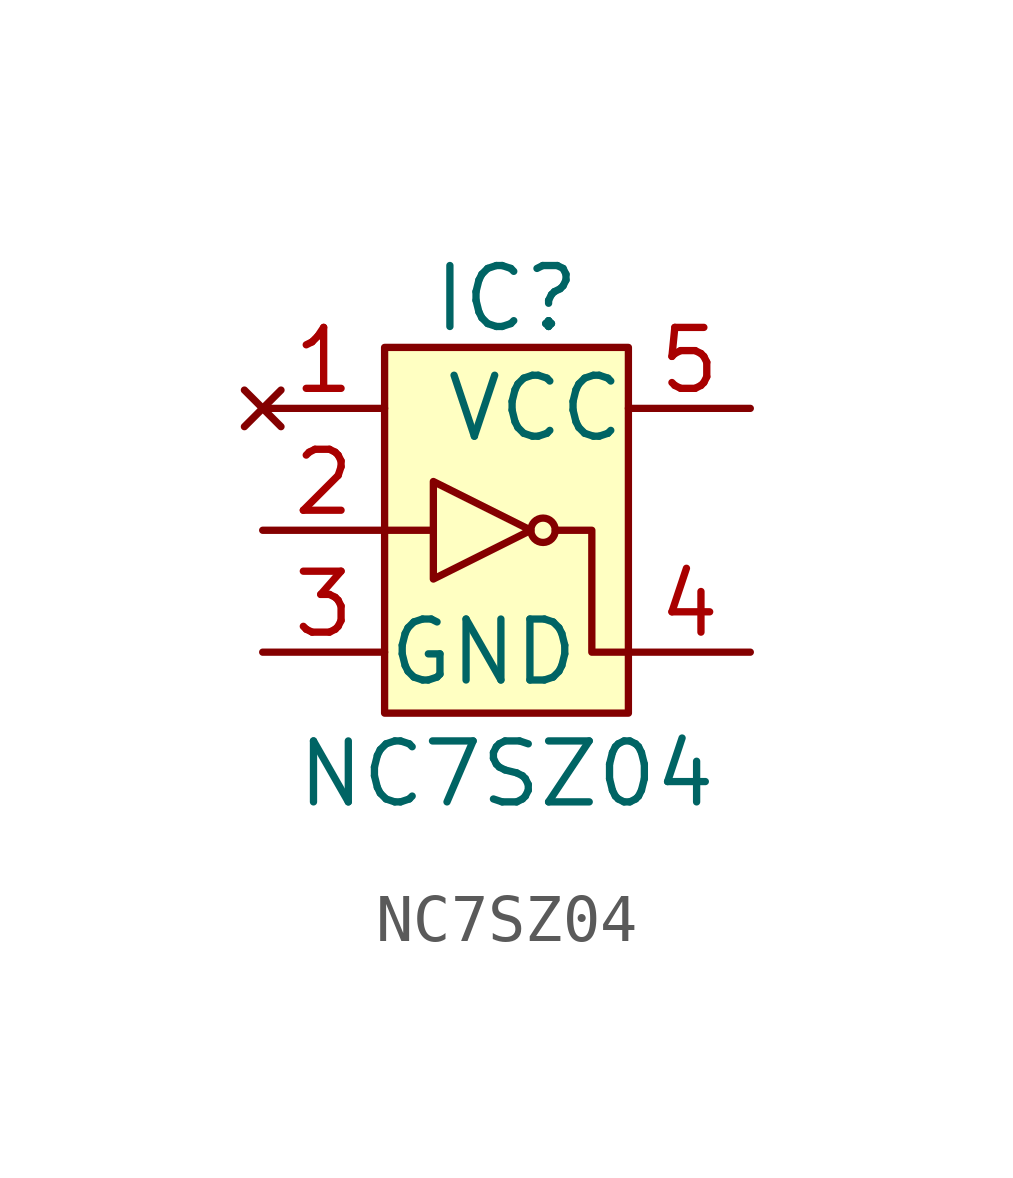
<source format=kicad_sym>
(kicad_symbol_lib
  (version 20211014)
  (generator kicad_symbol_editor)
  (symbol "NC7SZ04"
    (pin_names
      (offset 0.025))
    (property "Reference" "IC"
      (at 0 4.826 0)
      (effects (font (size 1.27 1.27))))
    (property "Value" "NC7SZ04"
      (at 0 -5.08 0)
      (effects (font (size 1.27 1.27))))
    (symbol "NC7SZ04_0_1"
      (rectangle (start -2.54 3.81) (end 2.54 -3.81) (stroke (width 0) (type default) (color 0 0 0 0)) (fill (type background)))
      (polyline (pts (xy -1.524 0) (xy -2.54 0)) (stroke (width 0) (type default) (color 0 0 0 0)) (fill (type none)))
      (polyline (pts (xy -1.524 1.016) (xy -1.524 -1.016) (xy 0.508 0) (xy -1.524 1.016)) (stroke (width 0) (type default) (color 0 0 0 0)) (fill (type none)))
      (polyline (pts (xy 1.016 0) (xy 1.778 0) (xy 1.778 -2.54) (xy 2.54 -2.54)) (stroke (width 0) (type default) (color 0 0 0 0)) (fill (type none)))
      (circle (center 0.762 0) (radius 0.254) (stroke (width 0) (type default) (color 0 0 0 0)) (fill (type none))))
    (symbol "NC7SZ04_1_1"
      (pin no_connect line (at -5.08 2.54 0) (length 2.54) (name "~" (effects (font (size 1.27 1.27)))) (number "1" (effects (font (size 1.27 1.27)))))
      (pin input line (at -5.08 0 0) (length 2.54) (name "~" (effects (font (size 1.27 1.27)))) (number "2" (effects (font (size 1.27 1.27)))))
      (pin power_in line (at -5.08 -2.54 0) (length 2.54) (name "GND" (effects (font (size 1.27 1.27)))) (number "3" (effects (font (size 1.27 1.27)))))
      (pin output line (at 5.08 -2.54 180) (length 2.54) (name "~" (effects (font (size 1.27 1.27)))) (number "4" (effects (font (size 1.27 1.27)))))
      (pin power_in line (at 5.08 2.54 180) (length 2.54) (name "VCC" (effects (font (size 1.27 1.27)))) (number "5" (effects (font (size 1.27 1.27))))))))
</source>
